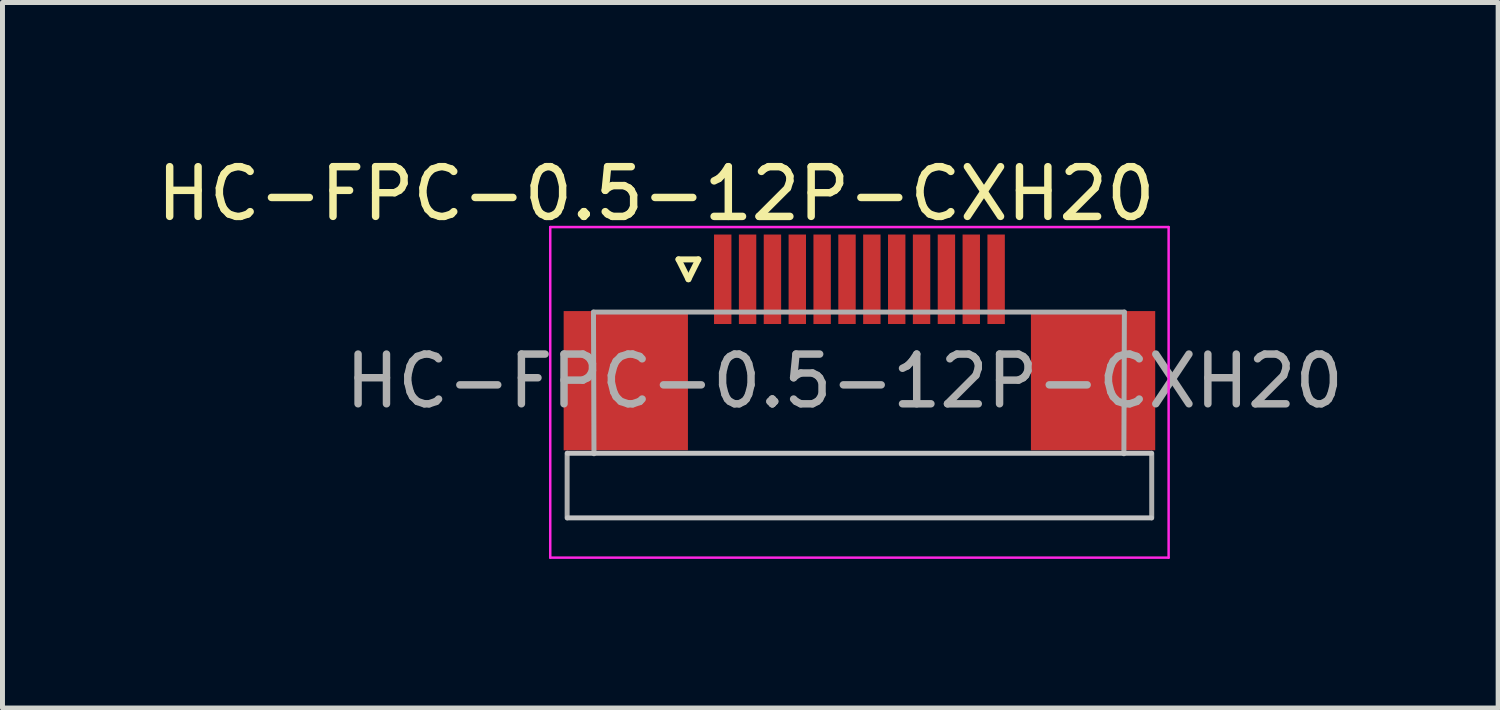
<source format=kicad_pcb>
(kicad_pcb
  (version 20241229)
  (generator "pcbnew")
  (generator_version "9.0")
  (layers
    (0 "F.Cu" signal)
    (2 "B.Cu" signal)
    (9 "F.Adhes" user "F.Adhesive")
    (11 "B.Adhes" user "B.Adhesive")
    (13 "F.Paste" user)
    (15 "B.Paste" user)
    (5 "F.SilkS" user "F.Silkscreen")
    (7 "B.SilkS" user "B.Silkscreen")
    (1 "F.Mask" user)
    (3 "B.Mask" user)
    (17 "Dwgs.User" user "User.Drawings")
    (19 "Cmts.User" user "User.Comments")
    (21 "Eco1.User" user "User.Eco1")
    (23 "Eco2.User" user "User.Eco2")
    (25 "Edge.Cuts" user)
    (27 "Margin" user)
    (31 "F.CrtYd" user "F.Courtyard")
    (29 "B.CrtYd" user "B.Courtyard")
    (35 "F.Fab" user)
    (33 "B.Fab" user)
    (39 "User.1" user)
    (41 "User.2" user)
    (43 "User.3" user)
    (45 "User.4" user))
  (footprint "HC-FPC-0.5-12P-CXH20"
    (layer "F.Cu")
    (at 14.239 3.918)
    (property "Reference" "HC-FPC-0.5-12P-CXH20" (at -4.09 -3.07 0) (layer "F.SilkS") (effects (font (size 1 1) (thickness 0.15))))
    (attr smd)
    (fp_line (start -3.64 -1.75) (end -3.44 -1.35) (stroke (width 0.12) (type solid)) (layer "F.SilkS"))
    (fp_line (start -3.44 -1.35) (end -3.24 -1.75) (stroke (width 0.12) (type solid)) (layer "F.SilkS"))
    (fp_line (start -3.24 -1.75) (end -3.64 -1.75) (stroke (width 0.12) (type solid)) (layer "F.SilkS"))
    (fp_line (start 5.875 2.15) (end -5.875 2.15) (stroke (width 0.1) (type solid)) (layer "Dwgs.User"))
    (fp_line (start 5.875 3.45) (end -5.875 3.45) (stroke (width 0.1) (type solid)) (layer "Dwgs.User"))
    (fp_line (start -6.22 -2.4) (end -6.22 4.25) (stroke (width 0.05) (type solid)) (layer "F.CrtYd"))
    (fp_line (start -6.22 4.25) (end 6.22 4.25) (stroke (width 0.05) (type solid)) (layer "F.CrtYd"))
    (fp_line (start 6.22 -2.4) (end -6.22 -2.4) (stroke (width 0.05) (type solid)) (layer "F.CrtYd"))
    (fp_line (start 6.22 4.25) (end 6.22 -2.4) (stroke (width 0.05) (type solid)) (layer "F.CrtYd"))
    (fp_line (start -5.88 3.45) (end -5.88 2.15) (stroke (width 0.1) (type solid)) (layer "F.Fab"))
    (fp_line (start -5.35 -0.69) (end 5.33 -0.69) (stroke (width 0.1) (type solid)) (layer "F.Fab"))
    (fp_line (start -5.34 2.16) (end -5.35 -0.69) (stroke (width 0.1) (type solid)) (layer "F.Fab"))
    (fp_line (start 5.33 -0.69) (end 5.32 2.16) (stroke (width 0.1) (type solid)) (layer "F.Fab"))
    (fp_line (start 5.88 2.15) (end 5.88 3.45) (stroke (width 0.1) (type solid)) (layer "F.Fab"))
    (fp_text user "${REFERENCE}" (at -0.3 0.7 0) (layer "F.Fab") (effects (font (size 1 1) (thickness 0.15))))
    (pad "1" smd rect (at -2.75 -1.35) (size 0.35 1.8) (layers "F.Cu" "F.Mask" "F.Paste"))
    (pad "2" smd rect (at -2.25 -1.35) (size 0.35 1.8) (layers "F.Cu" "F.Mask" "F.Paste"))
    (pad "3" smd rect (at -1.75 -1.35) (size 0.35 1.8) (layers "F.Cu" "F.Mask" "F.Paste"))
    (pad "4" smd rect (at -1.25 -1.35) (size 0.35 1.8) (layers "F.Cu" "F.Mask" "F.Paste"))
    (pad "5" smd rect (at -0.75 -1.35) (size 0.35 1.8) (layers "F.Cu" "F.Mask" "F.Paste"))
    (pad "6" smd rect (at -0.25 -1.35) (size 0.35 1.8) (layers "F.Cu" "F.Mask" "F.Paste"))
    (pad "7" smd rect (at 0.25 -1.35) (size 0.35 1.8) (layers "F.Cu" "F.Mask" "F.Paste"))
    (pad "8" smd rect (at 0.75 -1.35) (size 0.35 1.8) (layers "F.Cu" "F.Mask" "F.Paste"))
    (pad "9" smd rect (at 1.25 -1.35) (size 0.35 1.8) (layers "F.Cu" "F.Mask" "F.Paste"))
    (pad "10" smd rect (at 1.75 -1.35) (size 0.35 1.8) (layers "F.Cu" "F.Mask" "F.Paste"))
    (pad "11" smd rect (at 2.25 -1.35) (size 0.35 1.8) (layers "F.Cu" "F.Mask" "F.Paste"))
    (pad "12" smd rect (at 2.75 -1.35) (size 0.35 1.8) (layers "F.Cu" "F.Mask" "F.Paste"))
    (pad "13" smd rect (at 4.7 0.69) (size 2.5 2.8) (layers "F.Cu" "F.Mask" "F.Paste"))
    (pad "14" smd rect (at -4.7 0.69) (size 2.5 2.8) (layers "F.Cu" "F.Mask" "F.Paste")))
  (gr_rect
    (start -3 -3)
    (end 27.088 11.193)
    (stroke (width 0.1) (type default))
    (fill no)
    (layer "Edge.Cuts")))
</source>
